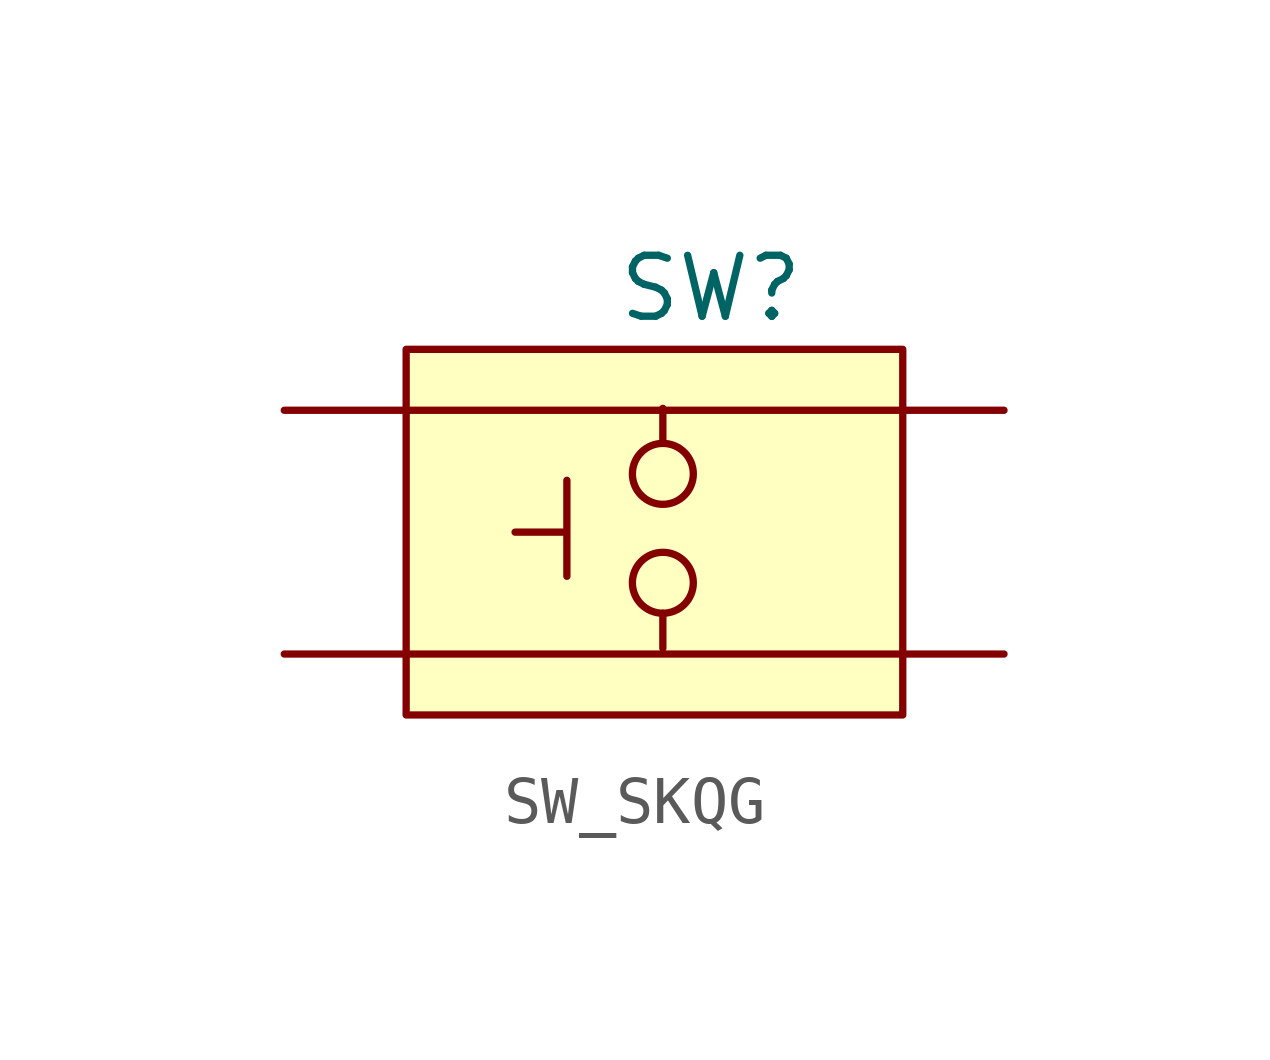
<source format=kicad_sym>
(kicad_symbol_lib
  (version 20220914)
  (generator kicad_symbol_editor)
  (symbol "SW_SKQG"
    (property "Reference" "SW"
      (at 0 0 0)
      (effects (font (size 1.27 1.27))))
    (property "Value" ""
      (at 0 0 0)
      (effects (font (size 1.27 1.27))))
    (symbol "SW_SKQG_1_1"
      (rectangle (start -6.35 -1.27) (end 4 -8.89) (stroke (width 0) (type default)) (fill (type background)))
      (pin passive line (at -8.89 -7.62 0) (length 15) (name "" (effects (font (size 1.27 1.27)))) (number "" (effects (font (size 1.27 1.27)))))
      (pin passive line (at -8.89 -2.54 0) (length 15) (name "" (effects (font (size 1.27 1.27)))) (number "" (effects (font (size 1.27 1.27)))))
      (pin free line (at -4.08 -5.08 0) (length 1) (name "" (effects (font (size 1.27 1.27)))) (number "" (effects (font (size 1.27 1.27)))))
      (pin free line (at -3 -6 90) (length 2) (name "" (effects (font (size 1.27 1.27)))) (number "" (effects (font (size 1.27 1.27)))))
      (pin bidirectional inverted (at -1 -7.5 90) (length 2) (name "" (effects (font (size 1.27 1.27)))) (number "" (effects (font (size 1.27 1.27)))))
      (pin bidirectional inverted (at -1 -2.5 270) (length 2) (name "" (effects (font (size 1.27 1.27)))) (number "" (effects (font (size 1.27 1.27))))))))
</source>
